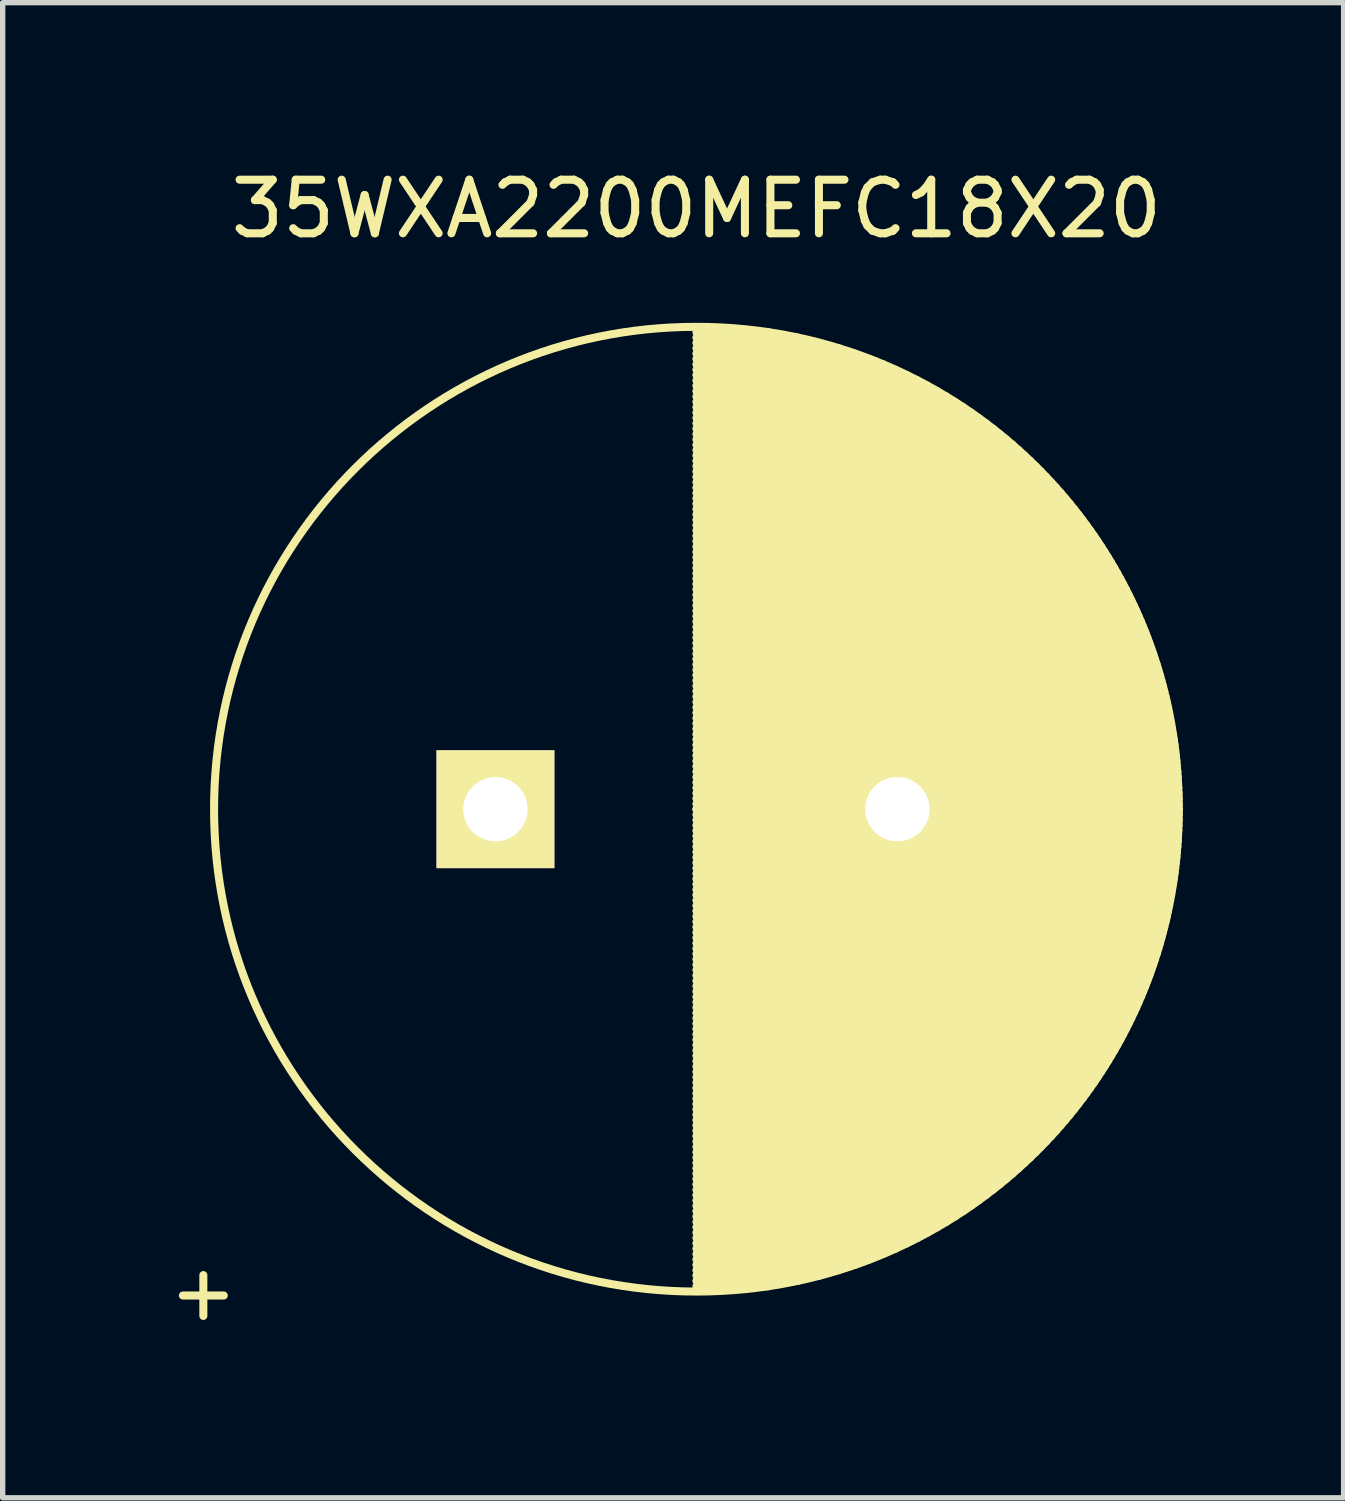
<source format=kicad_pcb>
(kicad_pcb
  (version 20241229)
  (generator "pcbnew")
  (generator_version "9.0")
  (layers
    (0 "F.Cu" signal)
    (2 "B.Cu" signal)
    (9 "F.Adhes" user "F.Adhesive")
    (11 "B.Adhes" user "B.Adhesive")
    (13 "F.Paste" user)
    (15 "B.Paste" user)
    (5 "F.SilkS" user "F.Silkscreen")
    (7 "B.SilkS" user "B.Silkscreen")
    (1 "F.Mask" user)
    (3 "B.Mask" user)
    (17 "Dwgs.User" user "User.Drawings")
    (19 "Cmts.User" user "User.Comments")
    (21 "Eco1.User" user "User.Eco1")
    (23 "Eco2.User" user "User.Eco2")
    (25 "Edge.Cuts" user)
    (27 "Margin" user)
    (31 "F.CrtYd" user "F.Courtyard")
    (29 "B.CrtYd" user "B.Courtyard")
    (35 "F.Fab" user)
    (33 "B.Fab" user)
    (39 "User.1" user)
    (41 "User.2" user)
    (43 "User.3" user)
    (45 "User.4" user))
  (footprint "35WXA2200MEFC18X20"
    (layer "F.Cu")
    (at 6.194 12.048)
    (property "Reference" "35WXA2200MEFC18X20" (at 3.75 -11.2 0) (layer "F.SilkS") (effects (font (size 1 1) (thickness 0.15))))
    (attr through_hole)
    (fp_line (start 3.75 -8.9) (end 5.088 -8.9) (stroke (width 0.15) (type solid)) (layer "F.SilkS"))
    (fp_line (start 3.75 -8.8) (end 5.637 -8.8) (stroke (width 0.15) (type solid)) (layer "F.SilkS"))
    (fp_line (start 3.75 -8.7) (end 6.054 -8.7) (stroke (width 0.15) (type solid)) (layer "F.SilkS"))
    (fp_line (start 3.75 -8.6) (end 6.403 -8.6) (stroke (width 0.15) (type solid)) (layer "F.SilkS"))
    (fp_line (start 3.75 -8.5) (end 6.708 -8.5) (stroke (width 0.15) (type solid)) (layer "F.SilkS"))
    (fp_line (start 3.75 -8.4) (end 6.981 -8.4) (stroke (width 0.15) (type solid)) (layer "F.SilkS"))
    (fp_line (start 3.75 -8.3) (end 7.23 -8.3) (stroke (width 0.15) (type solid)) (layer "F.SilkS"))
    (fp_line (start 3.75 -8.2) (end 7.459 -8.2) (stroke (width 0.15) (type solid)) (layer "F.SilkS"))
    (fp_line (start 3.75 -8.1) (end 7.673 -8.1) (stroke (width 0.15) (type solid)) (layer "F.SilkS"))
    (fp_line (start 3.75 -8) (end 7.873 -8) (stroke (width 0.15) (type solid)) (layer "F.SilkS"))
    (fp_line (start 3.75 -7.9) (end 8.062 -7.9) (stroke (width 0.15) (type solid)) (layer "F.SilkS"))
    (fp_line (start 3.75 -7.8) (end 8.24 -7.8) (stroke (width 0.15) (type solid)) (layer "F.SilkS"))
    (fp_line (start 3.75 -7.7) (end 8.409 -7.7) (stroke (width 0.15) (type solid)) (layer "F.SilkS"))
    (fp_line (start 3.75 -7.6) (end 8.571 -7.6) (stroke (width 0.15) (type solid)) (layer "F.SilkS"))
    (fp_line (start 3.75 -7.5) (end 8.725 -7.5) (stroke (width 0.15) (type solid)) (layer "F.SilkS"))
    (fp_line (start 3.75 -7.4) (end 8.872 -7.4) (stroke (width 0.15) (type solid)) (layer "F.SilkS"))
    (fp_line (start 3.75 -7.3) (end 9.014 -7.3) (stroke (width 0.15) (type solid)) (layer "F.SilkS"))
    (fp_line (start 3.75 -7.2) (end 9.15 -7.2) (stroke (width 0.15) (type solid)) (layer "F.SilkS"))
    (fp_line (start 3.75 -7.1) (end 9.281 -7.1) (stroke (width 0.15) (type solid)) (layer "F.SilkS"))
    (fp_line (start 3.75 -7) (end 9.407 -7) (stroke (width 0.15) (type solid)) (layer "F.SilkS"))
    (fp_line (start 3.75 -6.9) (end 9.528 -6.9) (stroke (width 0.15) (type solid)) (layer "F.SilkS"))
    (fp_line (start 3.75 -6.8) (end 9.646 -6.8) (stroke (width 0.15) (type solid)) (layer "F.SilkS"))
    (fp_line (start 3.75 -6.7) (end 9.759 -6.7) (stroke (width 0.15) (type solid)) (layer "F.SilkS"))
    (fp_line (start 3.75 -6.6) (end 9.869 -6.6) (stroke (width 0.15) (type solid)) (layer "F.SilkS"))
    (fp_line (start 3.75 -6.5) (end 9.975 -6.5) (stroke (width 0.15) (type solid)) (layer "F.SilkS"))
    (fp_line (start 3.75 -6.4) (end 10.078 -6.4) (stroke (width 0.15) (type solid)) (layer "F.SilkS"))
    (fp_line (start 3.75 -6.3) (end 10.177 -6.3) (stroke (width 0.15) (type solid)) (layer "F.SilkS"))
    (fp_line (start 3.75 -6.2) (end 10.274 -6.2) (stroke (width 0.15) (type solid)) (layer "F.SilkS"))
    (fp_line (start 3.75 -6.1) (end 10.367 -6.1) (stroke (width 0.15) (type solid)) (layer "F.SilkS"))
    (fp_line (start 3.75 -6) (end 10.458 -6) (stroke (width 0.15) (type solid)) (layer "F.SilkS"))
    (fp_line (start 3.75 -5.9) (end 10.546 -5.9) (stroke (width 0.15) (type solid)) (layer "F.SilkS"))
    (fp_line (start 3.75 -5.8) (end 10.632 -5.8) (stroke (width 0.15) (type solid)) (layer "F.SilkS"))
    (fp_line (start 3.75 -5.7) (end 10.715 -5.7) (stroke (width 0.15) (type solid)) (layer "F.SilkS"))
    (fp_line (start 3.75 -5.6) (end 10.796 -5.6) (stroke (width 0.15) (type solid)) (layer "F.SilkS"))
    (fp_line (start 3.75 -5.5) (end 10.874 -5.5) (stroke (width 0.15) (type solid)) (layer "F.SilkS"))
    (fp_line (start 3.75 -5.4) (end 10.95 -5.4) (stroke (width 0.15) (type solid)) (layer "F.SilkS"))
    (fp_line (start 3.75 -5.3) (end 11.024 -5.3) (stroke (width 0.15) (type solid)) (layer "F.SilkS"))
    (fp_line (start 3.75 -5.2) (end 11.096 -5.2) (stroke (width 0.15) (type solid)) (layer "F.SilkS"))
    (fp_line (start 3.75 -5.1) (end 11.166 -5.1) (stroke (width 0.15) (type solid)) (layer "F.SilkS"))
    (fp_line (start 3.75 -5) (end 11.233 -5) (stroke (width 0.15) (type solid)) (layer "F.SilkS"))
    (fp_line (start 3.75 -4.9) (end 11.299 -4.9) (stroke (width 0.15) (type solid)) (layer "F.SilkS"))
    (fp_line (start 3.75 -4.8) (end 11.363 -4.8) (stroke (width 0.15) (type solid)) (layer "F.SilkS"))
    (fp_line (start 3.75 -4.7) (end 11.425 -4.7) (stroke (width 0.15) (type solid)) (layer "F.SilkS"))
    (fp_line (start 3.75 -4.6) (end 11.486 -4.6) (stroke (width 0.15) (type solid)) (layer "F.SilkS"))
    (fp_line (start 3.75 -4.5) (end 11.544 -4.5) (stroke (width 0.15) (type solid)) (layer "F.SilkS"))
    (fp_line (start 3.75 -4.4) (end 11.601 -4.4) (stroke (width 0.15) (type solid)) (layer "F.SilkS"))
    (fp_line (start 3.75 -4.3) (end 11.656 -4.3) (stroke (width 0.15) (type solid)) (layer "F.SilkS"))
    (fp_line (start 3.75 -4.2) (end 11.71 -4.2) (stroke (width 0.15) (type solid)) (layer "F.SilkS"))
    (fp_line (start 3.75 -4.1) (end 11.762 -4.1) (stroke (width 0.15) (type solid)) (layer "F.SilkS"))
    (fp_line (start 3.75 -4) (end 11.812 -4) (stroke (width 0.15) (type solid)) (layer "F.SilkS"))
    (fp_line (start 3.75 -3.9) (end 11.861 -3.9) (stroke (width 0.15) (type solid)) (layer "F.SilkS"))
    (fp_line (start 3.75 -3.8) (end 11.908 -3.8) (stroke (width 0.15) (type solid)) (layer "F.SilkS"))
    (fp_line (start 3.75 -3.7) (end 11.954 -3.7) (stroke (width 0.15) (type solid)) (layer "F.SilkS"))
    (fp_line (start 3.75 -3.6) (end 11.999 -3.6) (stroke (width 0.15) (type solid)) (layer "F.SilkS"))
    (fp_line (start 3.75 -3.5) (end 12.042 -3.5) (stroke (width 0.15) (type solid)) (layer "F.SilkS"))
    (fp_line (start 3.75 -3.4) (end 12.083 -3.4) (stroke (width 0.15) (type solid)) (layer "F.SilkS"))
    (fp_line (start 3.75 -3.3) (end 12.123 -3.3) (stroke (width 0.15) (type solid)) (layer "F.SilkS"))
    (fp_line (start 3.75 -3.2) (end 12.162 -3.2) (stroke (width 0.15) (type solid)) (layer "F.SilkS"))
    (fp_line (start 3.75 -3.1) (end 12.199 -3.1) (stroke (width 0.15) (type solid)) (layer "F.SilkS"))
    (fp_line (start 3.75 -3) (end 12.235 -3) (stroke (width 0.15) (type solid)) (layer "F.SilkS"))
    (fp_line (start 3.75 -2.9) (end 12.27 -2.9) (stroke (width 0.15) (type solid)) (layer "F.SilkS"))
    (fp_line (start 3.75 -2.8) (end 12.303 -2.8) (stroke (width 0.15) (type solid)) (layer "F.SilkS"))
    (fp_line (start 3.75 -2.7) (end 12.335 -2.7) (stroke (width 0.15) (type solid)) (layer "F.SilkS"))
    (fp_line (start 3.75 -2.6) (end 12.366 -2.6) (stroke (width 0.15) (type solid)) (layer "F.SilkS"))
    (fp_line (start 3.75 -2.5) (end 12.396 -2.5) (stroke (width 0.15) (type solid)) (layer "F.SilkS"))
    (fp_line (start 3.75 -2.4) (end 12.424 -2.4) (stroke (width 0.15) (type solid)) (layer "F.SilkS"))
    (fp_line (start 3.75 -2.3) (end 12.451 -2.3) (stroke (width 0.15) (type solid)) (layer "F.SilkS"))
    (fp_line (start 3.75 -2.2) (end 12.477 -2.2) (stroke (width 0.15) (type solid)) (layer "F.SilkS"))
    (fp_line (start 3.75 -2.1) (end 12.502 -2.1) (stroke (width 0.15) (type solid)) (layer "F.SilkS"))
    (fp_line (start 3.75 -2) (end 12.525 -2) (stroke (width 0.15) (type solid)) (layer "F.SilkS"))
    (fp_line (start 3.75 -1.9) (end 12.547 -1.9) (stroke (width 0.15) (type solid)) (layer "F.SilkS"))
    (fp_line (start 3.75 -1.8) (end 12.568 -1.8) (stroke (width 0.15) (type solid)) (layer "F.SilkS"))
    (fp_line (start 3.75 -1.7) (end 12.588 -1.7) (stroke (width 0.15) (type solid)) (layer "F.SilkS"))
    (fp_line (start 3.75 -1.6) (end 12.607 -1.6) (stroke (width 0.15) (type solid)) (layer "F.SilkS"))
    (fp_line (start 3.75 -1.5) (end 12.624 -1.5) (stroke (width 0.15) (type solid)) (layer "F.SilkS"))
    (fp_line (start 3.75 -1.4) (end 12.64 -1.4) (stroke (width 0.15) (type solid)) (layer "F.SilkS"))
    (fp_line (start 3.75 -1.3) (end 12.656 -1.3) (stroke (width 0.15) (type solid)) (layer "F.SilkS"))
    (fp_line (start 3.75 -1.2) (end 12.67 -1.2) (stroke (width 0.15) (type solid)) (layer "F.SilkS"))
    (fp_line (start 3.75 -1.1) (end 12.683 -1.1) (stroke (width 0.15) (type solid)) (layer "F.SilkS"))
    (fp_line (start 3.75 -1) (end 12.694 -1) (stroke (width 0.15) (type solid)) (layer "F.SilkS"))
    (fp_line (start 3.75 -0.9) (end 12.705 -0.9) (stroke (width 0.15) (type solid)) (layer "F.SilkS"))
    (fp_line (start 3.75 -0.8) (end 12.714 -0.8) (stroke (width 0.15) (type solid)) (layer "F.SilkS"))
    (fp_line (start 3.75 -0.7) (end 12.723 -0.7) (stroke (width 0.15) (type solid)) (layer "F.SilkS"))
    (fp_line (start 3.75 -0.6) (end 12.73 -0.6) (stroke (width 0.15) (type solid)) (layer "F.SilkS"))
    (fp_line (start 3.75 -0.5) (end 12.736 -0.5) (stroke (width 0.15) (type solid)) (layer "F.SilkS"))
    (fp_line (start 3.75 -0.4) (end 12.741 -0.4) (stroke (width 0.15) (type solid)) (layer "F.SilkS"))
    (fp_line (start 3.75 -0.3) (end 12.745 -0.3) (stroke (width 0.15) (type solid)) (layer "F.SilkS"))
    (fp_line (start 3.75 -0.2) (end 12.748 -0.2) (stroke (width 0.15) (type solid)) (layer "F.SilkS"))
    (fp_line (start 3.75 -0.1) (end 12.749 -0.1) (stroke (width 0.15) (type solid)) (layer "F.SilkS"))
    (fp_line (start 3.75 0) (end 12.75 0) (stroke (width 0.15) (type solid)) (layer "F.SilkS"))
    (fp_line (start 3.75 0) (end 12.75 0) (stroke (width 0.15) (type solid)) (layer "F.SilkS"))
    (fp_line (start 3.75 0.1) (end 12.749 0.1) (stroke (width 0.15) (type solid)) (layer "F.SilkS"))
    (fp_line (start 3.75 0.2) (end 12.748 0.2) (stroke (width 0.15) (type solid)) (layer "F.SilkS"))
    (fp_line (start 3.75 0.3) (end 12.745 0.3) (stroke (width 0.15) (type solid)) (layer "F.SilkS"))
    (fp_line (start 3.75 0.4) (end 12.741 0.4) (stroke (width 0.15) (type solid)) (layer "F.SilkS"))
    (fp_line (start 3.75 0.5) (end 12.736 0.5) (stroke (width 0.15) (type solid)) (layer "F.SilkS"))
    (fp_line (start 3.75 0.6) (end 12.73 0.6) (stroke (width 0.15) (type solid)) (layer "F.SilkS"))
    (fp_line (start 3.75 0.7) (end 12.723 0.7) (stroke (width 0.15) (type solid)) (layer "F.SilkS"))
    (fp_line (start 3.75 0.8) (end 12.714 0.8) (stroke (width 0.15) (type solid)) (layer "F.SilkS"))
    (fp_line (start 3.75 0.9) (end 12.705 0.9) (stroke (width 0.15) (type solid)) (layer "F.SilkS"))
    (fp_line (start 3.75 1) (end 12.694 1) (stroke (width 0.15) (type solid)) (layer "F.SilkS"))
    (fp_line (start 3.75 1.1) (end 12.683 1.1) (stroke (width 0.15) (type solid)) (layer "F.SilkS"))
    (fp_line (start 3.75 1.2) (end 12.67 1.2) (stroke (width 0.15) (type solid)) (layer "F.SilkS"))
    (fp_line (start 3.75 1.3) (end 12.656 1.3) (stroke (width 0.15) (type solid)) (layer "F.SilkS"))
    (fp_line (start 3.75 1.4) (end 12.64 1.4) (stroke (width 0.15) (type solid)) (layer "F.SilkS"))
    (fp_line (start 3.75 1.5) (end 12.624 1.5) (stroke (width 0.15) (type solid)) (layer "F.SilkS"))
    (fp_line (start 3.75 1.6) (end 12.607 1.6) (stroke (width 0.15) (type solid)) (layer "F.SilkS"))
    (fp_line (start 3.75 1.7) (end 12.588 1.7) (stroke (width 0.15) (type solid)) (layer "F.SilkS"))
    (fp_line (start 3.75 1.8) (end 12.568 1.8) (stroke (width 0.15) (type solid)) (layer "F.SilkS"))
    (fp_line (start 3.75 1.9) (end 12.547 1.9) (stroke (width 0.15) (type solid)) (layer "F.SilkS"))
    (fp_line (start 3.75 2) (end 12.525 2) (stroke (width 0.15) (type solid)) (layer "F.SilkS"))
    (fp_line (start 3.75 2.1) (end 12.502 2.1) (stroke (width 0.15) (type solid)) (layer "F.SilkS"))
    (fp_line (start 3.75 2.2) (end 12.477 2.2) (stroke (width 0.15) (type solid)) (layer "F.SilkS"))
    (fp_line (start 3.75 2.3) (end 12.451 2.3) (stroke (width 0.15) (type solid)) (layer "F.SilkS"))
    (fp_line (start 3.75 2.4) (end 12.424 2.4) (stroke (width 0.15) (type solid)) (layer "F.SilkS"))
    (fp_line (start 3.75 2.5) (end 12.396 2.5) (stroke (width 0.15) (type solid)) (layer "F.SilkS"))
    (fp_line (start 3.75 2.6) (end 12.366 2.6) (stroke (width 0.15) (type solid)) (layer "F.SilkS"))
    (fp_line (start 3.75 2.7) (end 12.335 2.7) (stroke (width 0.15) (type solid)) (layer "F.SilkS"))
    (fp_line (start 3.75 2.8) (end 12.303 2.8) (stroke (width 0.15) (type solid)) (layer "F.SilkS"))
    (fp_line (start 3.75 2.9) (end 12.27 2.9) (stroke (width 0.15) (type solid)) (layer "F.SilkS"))
    (fp_line (start 3.75 3) (end 12.235 3) (stroke (width 0.15) (type solid)) (layer "F.SilkS"))
    (fp_line (start 3.75 3.1) (end 12.199 3.1) (stroke (width 0.15) (type solid)) (layer "F.SilkS"))
    (fp_line (start 3.75 3.2) (end 12.162 3.2) (stroke (width 0.15) (type solid)) (layer "F.SilkS"))
    (fp_line (start 3.75 3.3) (end 12.123 3.3) (stroke (width 0.15) (type solid)) (layer "F.SilkS"))
    (fp_line (start 3.75 3.4) (end 12.083 3.4) (stroke (width 0.15) (type solid)) (layer "F.SilkS"))
    (fp_line (start 3.75 3.5) (end 12.042 3.5) (stroke (width 0.15) (type solid)) (layer "F.SilkS"))
    (fp_line (start 3.75 3.6) (end 11.999 3.6) (stroke (width 0.15) (type solid)) (layer "F.SilkS"))
    (fp_line (start 3.75 3.7) (end 11.954 3.7) (stroke (width 0.15) (type solid)) (layer "F.SilkS"))
    (fp_line (start 3.75 3.8) (end 11.908 3.8) (stroke (width 0.15) (type solid)) (layer "F.SilkS"))
    (fp_line (start 3.75 3.9) (end 11.861 3.9) (stroke (width 0.15) (type solid)) (layer "F.SilkS"))
    (fp_line (start 3.75 4) (end 11.812 4) (stroke (width 0.15) (type solid)) (layer "F.SilkS"))
    (fp_line (start 3.75 4.1) (end 11.762 4.1) (stroke (width 0.15) (type solid)) (layer "F.SilkS"))
    (fp_line (start 3.75 4.2) (end 11.71 4.2) (stroke (width 0.15) (type solid)) (layer "F.SilkS"))
    (fp_line (start 3.75 4.3) (end 11.656 4.3) (stroke (width 0.15) (type solid)) (layer "F.SilkS"))
    (fp_line (start 3.75 4.4) (end 11.601 4.4) (stroke (width 0.15) (type solid)) (layer "F.SilkS"))
    (fp_line (start 3.75 4.5) (end 11.544 4.5) (stroke (width 0.15) (type solid)) (layer "F.SilkS"))
    (fp_line (start 3.75 4.6) (end 11.486 4.6) (stroke (width 0.15) (type solid)) (layer "F.SilkS"))
    (fp_line (start 3.75 4.7) (end 11.425 4.7) (stroke (width 0.15) (type solid)) (layer "F.SilkS"))
    (fp_line (start 3.75 4.8) (end 11.363 4.8) (stroke (width 0.15) (type solid)) (layer "F.SilkS"))
    (fp_line (start 3.75 4.9) (end 11.299 4.9) (stroke (width 0.15) (type solid)) (layer "F.SilkS"))
    (fp_line (start 3.75 5) (end 11.233 5) (stroke (width 0.15) (type solid)) (layer "F.SilkS"))
    (fp_line (start 3.75 5.1) (end 11.166 5.1) (stroke (width 0.15) (type solid)) (layer "F.SilkS"))
    (fp_line (start 3.75 5.2) (end 11.096 5.2) (stroke (width 0.15) (type solid)) (layer "F.SilkS"))
    (fp_line (start 3.75 5.3) (end 11.024 5.3) (stroke (width 0.15) (type solid)) (layer "F.SilkS"))
    (fp_line (start 3.75 5.4) (end 10.95 5.4) (stroke (width 0.15) (type solid)) (layer "F.SilkS"))
    (fp_line (start 3.75 5.5) (end 10.874 5.5) (stroke (width 0.15) (type solid)) (layer "F.SilkS"))
    (fp_line (start 3.75 5.6) (end 10.796 5.6) (stroke (width 0.15) (type solid)) (layer "F.SilkS"))
    (fp_line (start 3.75 5.7) (end 10.715 5.7) (stroke (width 0.15) (type solid)) (layer "F.SilkS"))
    (fp_line (start 3.75 5.8) (end 10.632 5.8) (stroke (width 0.15) (type solid)) (layer "F.SilkS"))
    (fp_line (start 3.75 5.9) (end 10.546 5.9) (stroke (width 0.15) (type solid)) (layer "F.SilkS"))
    (fp_line (start 3.75 6) (end 10.458 6) (stroke (width 0.15) (type solid)) (layer "F.SilkS"))
    (fp_line (start 3.75 6.1) (end 10.367 6.1) (stroke (width 0.15) (type solid)) (layer "F.SilkS"))
    (fp_line (start 3.75 6.2) (end 10.274 6.2) (stroke (width 0.15) (type solid)) (layer "F.SilkS"))
    (fp_line (start 3.75 6.3) (end 10.177 6.3) (stroke (width 0.15) (type solid)) (layer "F.SilkS"))
    (fp_line (start 3.75 6.4) (end 10.078 6.4) (stroke (width 0.15) (type solid)) (layer "F.SilkS"))
    (fp_line (start 3.75 6.5) (end 9.975 6.5) (stroke (width 0.15) (type solid)) (layer "F.SilkS"))
    (fp_line (start 3.75 6.6) (end 9.869 6.6) (stroke (width 0.15) (type solid)) (layer "F.SilkS"))
    (fp_line (start 3.75 6.7) (end 9.759 6.7) (stroke (width 0.15) (type solid)) (layer "F.SilkS"))
    (fp_line (start 3.75 6.8) (end 9.646 6.8) (stroke (width 0.15) (type solid)) (layer "F.SilkS"))
    (fp_line (start 3.75 6.9) (end 9.528 6.9) (stroke (width 0.15) (type solid)) (layer "F.SilkS"))
    (fp_line (start 3.75 7) (end 9.407 7) (stroke (width 0.15) (type solid)) (layer "F.SilkS"))
    (fp_line (start 3.75 7.1) (end 9.281 7.1) (stroke (width 0.15) (type solid)) (layer "F.SilkS"))
    (fp_line (start 3.75 7.2) (end 9.15 7.2) (stroke (width 0.15) (type solid)) (layer "F.SilkS"))
    (fp_line (start 3.75 7.3) (end 9.014 7.3) (stroke (width 0.15) (type solid)) (layer "F.SilkS"))
    (fp_line (start 3.75 7.4) (end 8.872 7.4) (stroke (width 0.15) (type solid)) (layer "F.SilkS"))
    (fp_line (start 3.75 7.5) (end 8.725 7.5) (stroke (width 0.15) (type solid)) (layer "F.SilkS"))
    (fp_line (start 3.75 7.6) (end 8.571 7.6) (stroke (width 0.15) (type solid)) (layer "F.SilkS"))
    (fp_line (start 3.75 7.7) (end 8.409 7.7) (stroke (width 0.15) (type solid)) (layer "F.SilkS"))
    (fp_line (start 3.75 7.8) (end 8.24 7.8) (stroke (width 0.15) (type solid)) (layer "F.SilkS"))
    (fp_line (start 3.75 7.9) (end 8.062 7.9) (stroke (width 0.15) (type solid)) (layer "F.SilkS"))
    (fp_line (start 3.75 8) (end 7.873 8) (stroke (width 0.15) (type solid)) (layer "F.SilkS"))
    (fp_line (start 3.75 8.1) (end 7.673 8.1) (stroke (width 0.15) (type solid)) (layer "F.SilkS"))
    (fp_line (start 3.75 8.2) (end 7.459 8.2) (stroke (width 0.15) (type solid)) (layer "F.SilkS"))
    (fp_line (start 3.75 8.3) (end 7.23 8.3) (stroke (width 0.15) (type solid)) (layer "F.SilkS"))
    (fp_line (start 3.75 8.4) (end 6.981 8.4) (stroke (width 0.15) (type solid)) (layer "F.SilkS"))
    (fp_line (start 3.75 8.5) (end 6.708 8.5) (stroke (width 0.15) (type solid)) (layer "F.SilkS"))
    (fp_line (start 3.75 8.6) (end 6.403 8.6) (stroke (width 0.15) (type solid)) (layer "F.SilkS"))
    (fp_line (start 3.75 8.7) (end 6.054 8.7) (stroke (width 0.15) (type solid)) (layer "F.SilkS"))
    (fp_line (start 3.75 8.8) (end 5.637 8.8) (stroke (width 0.15) (type solid)) (layer "F.SilkS"))
    (fp_line (start 3.75 8.9) (end 5.088 8.9) (stroke (width 0.15) (type solid)) (layer "F.SilkS"))
    (fp_circle (center 3.75 0) (end 3.75 -9) (stroke (width 0.15) (type solid)) (fill no) (layer "F.SilkS"))
    (fp_text user "+" (at -5.45 9 0) (layer "F.SilkS") (effects (font (size 1 1) (thickness 0.15))))
    (pad "1" thru_hole rect (at 0 0) (size 2.2 2.2) (drill 1.2) (layers "*.Cu" "*.Mask" "F.SilkS"))
    (pad "2" thru_hole circle (at 7.5 0) (size 2.2 2.2) (drill 1.2) (layers "*.Cu" "*.Mask" "F.SilkS")))
  (gr_rect
    (start -3 -3)
    (end 22.019 24.896)
    (stroke (width 0.1) (type default))
    (fill no)
    (layer "Edge.Cuts")))
</source>
